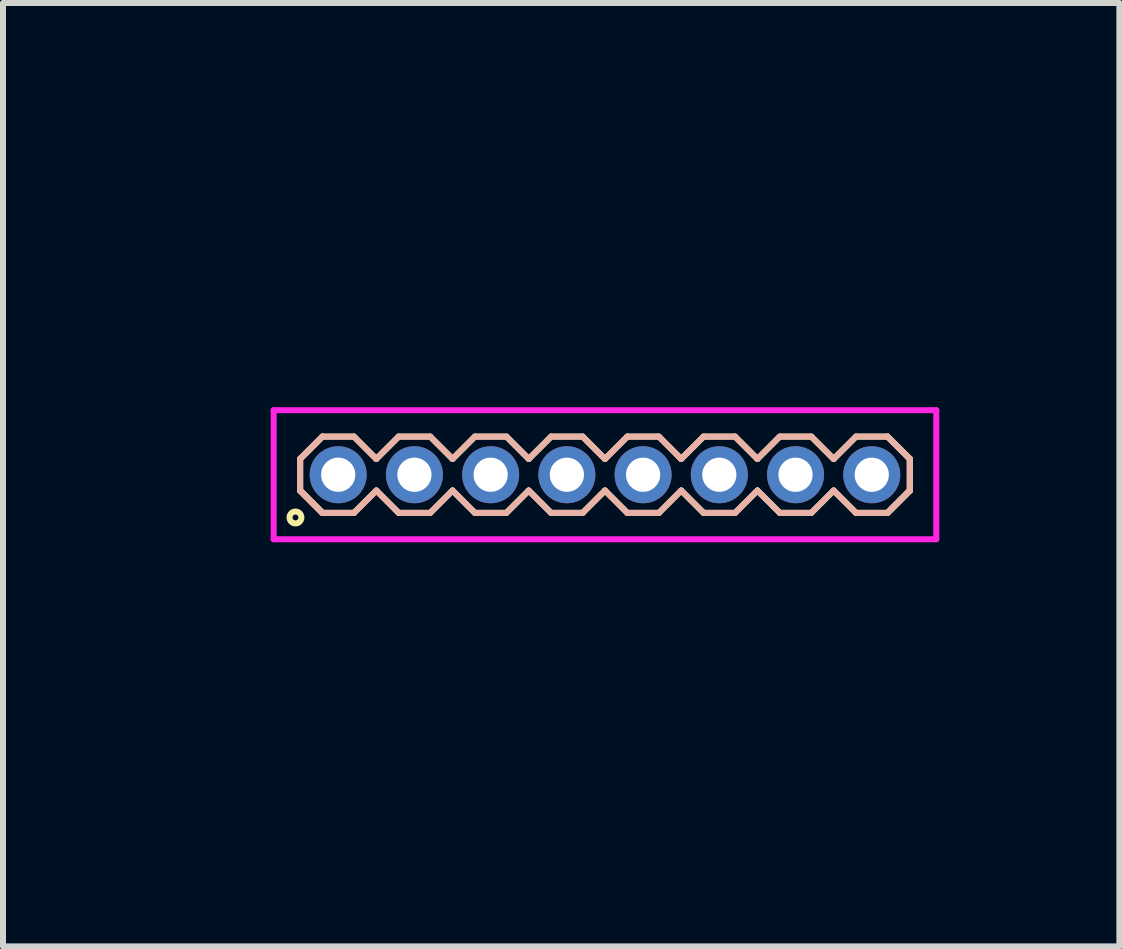
<source format=kicad_pcb>
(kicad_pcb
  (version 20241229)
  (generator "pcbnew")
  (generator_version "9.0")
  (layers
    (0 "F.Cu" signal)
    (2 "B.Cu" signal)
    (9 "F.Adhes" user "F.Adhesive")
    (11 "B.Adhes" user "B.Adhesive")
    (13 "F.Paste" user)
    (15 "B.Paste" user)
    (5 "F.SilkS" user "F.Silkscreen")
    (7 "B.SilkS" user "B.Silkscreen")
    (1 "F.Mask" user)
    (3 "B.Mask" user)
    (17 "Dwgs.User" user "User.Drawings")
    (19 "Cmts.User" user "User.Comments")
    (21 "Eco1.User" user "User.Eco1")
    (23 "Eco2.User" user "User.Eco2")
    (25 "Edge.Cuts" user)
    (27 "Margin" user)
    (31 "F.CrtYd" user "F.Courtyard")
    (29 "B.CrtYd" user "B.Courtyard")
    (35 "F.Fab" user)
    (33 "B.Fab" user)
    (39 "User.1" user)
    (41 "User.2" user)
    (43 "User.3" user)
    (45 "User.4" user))
  (footprint "HDR127P8x1"
    (layer "F.Cu")
    (at 7.03 4.86)
    (property "Reference" "HDR127P8x1" (at -6.27 0 90) (layer "User.1") (effects (font (size 1 1) (thickness 0.1))))
    (attr through_hole)
    (fp_line (start -5.08 -0.263) (end -4.708 -0.635) (stroke (width 0.1) (type solid)) (layer "F.SilkS"))
    (fp_line (start -5.08 -0.263) (end -4.708 -0.635) (stroke (width 0.1) (type solid)) (layer "F.SilkS"))
    (fp_line (start -5.08 0.263) (end -5.08 -0.263) (stroke (width 0.1) (type solid)) (layer "F.SilkS"))
    (fp_line (start -5.08 0.263) (end -5.08 -0.263) (stroke (width 0.1) (type solid)) (layer "F.SilkS"))
    (fp_line (start -4.708 -0.635) (end -4.182 -0.635) (stroke (width 0.1) (type solid)) (layer "F.SilkS"))
    (fp_line (start -4.708 0.635) (end -5.08 0.263) (stroke (width 0.1) (type solid)) (layer "F.SilkS"))
    (fp_line (start -4.708 0.635) (end -5.08 0.263) (stroke (width 0.1) (type solid)) (layer "F.SilkS"))
    (fp_line (start -4.182 -0.635) (end -3.81 -0.263) (stroke (width 0.1) (type solid)) (layer "F.SilkS"))
    (fp_line (start -4.182 0.635) (end -4.708 0.635) (stroke (width 0.1) (type solid)) (layer "F.SilkS"))
    (fp_line (start -3.81 -0.263) (end -3.438 -0.635) (stroke (width 0.1) (type solid)) (layer "F.SilkS"))
    (fp_line (start -3.81 0.263) (end -4.182 0.635) (stroke (width 0.1) (type solid)) (layer "F.SilkS"))
    (fp_line (start -3.438 -0.635) (end -2.912 -0.635) (stroke (width 0.1) (type solid)) (layer "F.SilkS"))
    (fp_line (start -3.438 0.635) (end -3.81 0.263) (stroke (width 0.1) (type solid)) (layer "F.SilkS"))
    (fp_line (start -2.912 -0.635) (end -2.54 -0.263) (stroke (width 0.1) (type solid)) (layer "F.SilkS"))
    (fp_line (start -2.912 0.635) (end -3.438 0.635) (stroke (width 0.1) (type solid)) (layer "F.SilkS"))
    (fp_line (start -2.54 -0.263) (end -2.168 -0.635) (stroke (width 0.1) (type solid)) (layer "F.SilkS"))
    (fp_line (start -2.54 0.263) (end -2.912 0.635) (stroke (width 0.1) (type solid)) (layer "F.SilkS"))
    (fp_line (start -2.168 -0.635) (end -1.642 -0.635) (stroke (width 0.1) (type solid)) (layer "F.SilkS"))
    (fp_line (start -2.168 0.635) (end -2.54 0.263) (stroke (width 0.1) (type solid)) (layer "F.SilkS"))
    (fp_line (start -1.642 -0.635) (end -1.27 -0.263) (stroke (width 0.1) (type solid)) (layer "F.SilkS"))
    (fp_line (start -1.642 0.635) (end -2.168 0.635) (stroke (width 0.1) (type solid)) (layer "F.SilkS"))
    (fp_line (start -1.27 -0.263) (end -0.898 -0.635) (stroke (width 0.1) (type solid)) (layer "F.SilkS"))
    (fp_line (start -1.27 0.263) (end -1.642 0.635) (stroke (width 0.1) (type solid)) (layer "F.SilkS"))
    (fp_line (start -0.898 -0.635) (end -0.372 -0.635) (stroke (width 0.1) (type solid)) (layer "F.SilkS"))
    (fp_line (start -0.898 0.635) (end -1.27 0.263) (stroke (width 0.1) (type solid)) (layer "F.SilkS"))
    (fp_line (start -0.372 -0.635) (end 0 -0.263) (stroke (width 0.1) (type solid)) (layer "F.SilkS"))
    (fp_line (start -0.372 0.635) (end -0.898 0.635) (stroke (width 0.1) (type solid)) (layer "F.SilkS"))
    (fp_line (start 0 -0.263) (end 0.372 -0.635) (stroke (width 0.1) (type solid)) (layer "F.SilkS"))
    (fp_line (start 0 0.263) (end -0.372 0.635) (stroke (width 0.1) (type solid)) (layer "F.SilkS"))
    (fp_line (start 0.372 -0.635) (end 0.898 -0.635) (stroke (width 0.1) (type solid)) (layer "F.SilkS"))
    (fp_line (start 0.372 0.635) (end 0 0.263) (stroke (width 0.1) (type solid)) (layer "F.SilkS"))
    (fp_line (start 0.898 -0.635) (end 1.27 -0.263) (stroke (width 0.1) (type solid)) (layer "F.SilkS"))
    (fp_line (start 0.898 0.635) (end 0.372 0.635) (stroke (width 0.1) (type solid)) (layer "F.SilkS"))
    (fp_line (start 1.27 -0.263) (end 1.642 -0.635) (stroke (width 0.1) (type solid)) (layer "F.SilkS"))
    (fp_line (start 1.27 0.263) (end 0.898 0.635) (stroke (width 0.1) (type solid)) (layer "F.SilkS"))
    (fp_line (start 1.642 -0.635) (end 2.168 -0.635) (stroke (width 0.1) (type solid)) (layer "F.SilkS"))
    (fp_line (start 1.642 0.635) (end 1.27 0.263) (stroke (width 0.1) (type solid)) (layer "F.SilkS"))
    (fp_line (start 2.168 -0.635) (end 2.54 -0.263) (stroke (width 0.1) (type solid)) (layer "F.SilkS"))
    (fp_line (start 2.168 0.635) (end 1.642 0.635) (stroke (width 0.1) (type solid)) (layer "F.SilkS"))
    (fp_line (start 2.54 -0.263) (end 2.912 -0.635) (stroke (width 0.1) (type solid)) (layer "F.SilkS"))
    (fp_line (start 2.54 0.263) (end 2.168 0.635) (stroke (width 0.1) (type solid)) (layer "F.SilkS"))
    (fp_line (start 2.912 -0.635) (end 3.438 -0.635) (stroke (width 0.1) (type solid)) (layer "F.SilkS"))
    (fp_line (start 2.912 0.635) (end 2.54 0.263) (stroke (width 0.1) (type solid)) (layer "F.SilkS"))
    (fp_line (start 3.438 -0.635) (end 3.81 -0.263) (stroke (width 0.1) (type solid)) (layer "F.SilkS"))
    (fp_line (start 3.438 0.635) (end 2.912 0.635) (stroke (width 0.1) (type solid)) (layer "F.SilkS"))
    (fp_line (start 3.81 -0.263) (end 4.182 -0.635) (stroke (width 0.1) (type solid)) (layer "F.SilkS"))
    (fp_line (start 3.81 0.263) (end 3.438 0.635) (stroke (width 0.1) (type solid)) (layer "F.SilkS"))
    (fp_line (start 4.182 -0.635) (end 4.708 -0.635) (stroke (width 0.1) (type solid)) (layer "F.SilkS"))
    (fp_line (start 4.182 0.635) (end 3.81 0.263) (stroke (width 0.1) (type solid)) (layer "F.SilkS"))
    (fp_line (start 4.708 -0.635) (end 5.08 -0.263) (stroke (width 0.1) (type solid)) (layer "F.SilkS"))
    (fp_line (start 4.708 -0.635) (end 5.08 -0.263) (stroke (width 0.1) (type solid)) (layer "F.SilkS"))
    (fp_line (start 4.708 0.635) (end 4.182 0.635) (stroke (width 0.1) (type solid)) (layer "F.SilkS"))
    (fp_line (start 5.08 -0.263) (end 5.08 0.263) (stroke (width 0.1) (type solid)) (layer "F.SilkS"))
    (fp_line (start 5.08 -0.263) (end 5.08 0.263) (stroke (width 0.1) (type solid)) (layer "F.SilkS"))
    (fp_line (start 5.08 0.263) (end 4.708 0.635) (stroke (width 0.1) (type solid)) (layer "F.SilkS"))
    (fp_line (start 5.08 0.263) (end 4.708 0.635) (stroke (width 0.1) (type solid)) (layer "F.SilkS"))
    (fp_circle (center -5.157 0.712) (end -5.058 0.712) (stroke (width 0.1) (type solid)) (fill no) (layer "F.SilkS"))
    (fp_line (start -5.08 -0.263) (end -4.708 -0.635) (stroke (width 0.1) (type solid)) (layer "B.SilkS"))
    (fp_line (start -5.08 -0.263) (end -4.708 -0.635) (stroke (width 0.1) (type solid)) (layer "B.SilkS"))
    (fp_line (start -5.08 0.263) (end -5.08 -0.263) (stroke (width 0.1) (type solid)) (layer "B.SilkS"))
    (fp_line (start -5.08 0.263) (end -5.08 -0.263) (stroke (width 0.1) (type solid)) (layer "B.SilkS"))
    (fp_line (start -4.708 -0.635) (end -4.182 -0.635) (stroke (width 0.1) (type solid)) (layer "B.SilkS"))
    (fp_line (start -4.708 0.635) (end -5.08 0.263) (stroke (width 0.1) (type solid)) (layer "B.SilkS"))
    (fp_line (start -4.708 0.635) (end -5.08 0.263) (stroke (width 0.1) (type solid)) (layer "B.SilkS"))
    (fp_line (start -4.182 -0.635) (end -3.81 -0.263) (stroke (width 0.1) (type solid)) (layer "B.SilkS"))
    (fp_line (start -4.182 0.635) (end -4.708 0.635) (stroke (width 0.1) (type solid)) (layer "B.SilkS"))
    (fp_line (start -3.81 -0.263) (end -3.438 -0.635) (stroke (width 0.1) (type solid)) (layer "B.SilkS"))
    (fp_line (start -3.81 0.263) (end -4.182 0.635) (stroke (width 0.1) (type solid)) (layer "B.SilkS"))
    (fp_line (start -3.438 -0.635) (end -2.912 -0.635) (stroke (width 0.1) (type solid)) (layer "B.SilkS"))
    (fp_line (start -3.438 0.635) (end -3.81 0.263) (stroke (width 0.1) (type solid)) (layer "B.SilkS"))
    (fp_line (start -2.912 -0.635) (end -2.54 -0.263) (stroke (width 0.1) (type solid)) (layer "B.SilkS"))
    (fp_line (start -2.912 0.635) (end -3.438 0.635) (stroke (width 0.1) (type solid)) (layer "B.SilkS"))
    (fp_line (start -2.54 -0.263) (end -2.168 -0.635) (stroke (width 0.1) (type solid)) (layer "B.SilkS"))
    (fp_line (start -2.54 0.263) (end -2.912 0.635) (stroke (width 0.1) (type solid)) (layer "B.SilkS"))
    (fp_line (start -2.168 -0.635) (end -1.642 -0.635) (stroke (width 0.1) (type solid)) (layer "B.SilkS"))
    (fp_line (start -2.168 0.635) (end -2.54 0.263) (stroke (width 0.1) (type solid)) (layer "B.SilkS"))
    (fp_line (start -1.642 -0.635) (end -1.27 -0.263) (stroke (width 0.1) (type solid)) (layer "B.SilkS"))
    (fp_line (start -1.642 0.635) (end -2.168 0.635) (stroke (width 0.1) (type solid)) (layer "B.SilkS"))
    (fp_line (start -1.27 -0.263) (end -0.898 -0.635) (stroke (width 0.1) (type solid)) (layer "B.SilkS"))
    (fp_line (start -1.27 0.263) (end -1.642 0.635) (stroke (width 0.1) (type solid)) (layer "B.SilkS"))
    (fp_line (start -0.898 -0.635) (end -0.372 -0.635) (stroke (width 0.1) (type solid)) (layer "B.SilkS"))
    (fp_line (start -0.898 0.635) (end -1.27 0.263) (stroke (width 0.1) (type solid)) (layer "B.SilkS"))
    (fp_line (start -0.372 -0.635) (end 0 -0.263) (stroke (width 0.1) (type solid)) (layer "B.SilkS"))
    (fp_line (start -0.372 0.635) (end -0.898 0.635) (stroke (width 0.1) (type solid)) (layer "B.SilkS"))
    (fp_line (start 0 -0.263) (end 0.372 -0.635) (stroke (width 0.1) (type solid)) (layer "B.SilkS"))
    (fp_line (start 0 0.263) (end -0.372 0.635) (stroke (width 0.1) (type solid)) (layer "B.SilkS"))
    (fp_line (start 0.372 -0.635) (end 0.898 -0.635) (stroke (width 0.1) (type solid)) (layer "B.SilkS"))
    (fp_line (start 0.372 0.635) (end 0 0.263) (stroke (width 0.1) (type solid)) (layer "B.SilkS"))
    (fp_line (start 0.898 -0.635) (end 1.27 -0.263) (stroke (width 0.1) (type solid)) (layer "B.SilkS"))
    (fp_line (start 0.898 0.635) (end 0.372 0.635) (stroke (width 0.1) (type solid)) (layer "B.SilkS"))
    (fp_line (start 1.27 -0.263) (end 1.642 -0.635) (stroke (width 0.1) (type solid)) (layer "B.SilkS"))
    (fp_line (start 1.27 0.263) (end 0.898 0.635) (stroke (width 0.1) (type solid)) (layer "B.SilkS"))
    (fp_line (start 1.642 -0.635) (end 2.168 -0.635) (stroke (width 0.1) (type solid)) (layer "B.SilkS"))
    (fp_line (start 1.642 0.635) (end 1.27 0.263) (stroke (width 0.1) (type solid)) (layer "B.SilkS"))
    (fp_line (start 2.168 -0.635) (end 2.54 -0.263) (stroke (width 0.1) (type solid)) (layer "B.SilkS"))
    (fp_line (start 2.168 0.635) (end 1.642 0.635) (stroke (width 0.1) (type solid)) (layer "B.SilkS"))
    (fp_line (start 2.54 -0.263) (end 2.912 -0.635) (stroke (width 0.1) (type solid)) (layer "B.SilkS"))
    (fp_line (start 2.54 0.263) (end 2.168 0.635) (stroke (width 0.1) (type solid)) (layer "B.SilkS"))
    (fp_line (start 2.912 -0.635) (end 3.438 -0.635) (stroke (width 0.1) (type solid)) (layer "B.SilkS"))
    (fp_line (start 2.912 0.635) (end 2.54 0.263) (stroke (width 0.1) (type solid)) (layer "B.SilkS"))
    (fp_line (start 3.438 -0.635) (end 3.81 -0.263) (stroke (width 0.1) (type solid)) (layer "B.SilkS"))
    (fp_line (start 3.438 0.635) (end 2.912 0.635) (stroke (width 0.1) (type solid)) (layer "B.SilkS"))
    (fp_line (start 3.81 -0.263) (end 4.182 -0.635) (stroke (width 0.1) (type solid)) (layer "B.SilkS"))
    (fp_line (start 3.81 0.263) (end 3.438 0.635) (stroke (width 0.1) (type solid)) (layer "B.SilkS"))
    (fp_line (start 4.182 -0.635) (end 4.708 -0.635) (stroke (width 0.1) (type solid)) (layer "B.SilkS"))
    (fp_line (start 4.182 0.635) (end 3.81 0.263) (stroke (width 0.1) (type solid)) (layer "B.SilkS"))
    (fp_line (start 4.708 -0.635) (end 5.08 -0.263) (stroke (width 0.1) (type solid)) (layer "B.SilkS"))
    (fp_line (start 4.708 -0.635) (end 5.08 -0.263) (stroke (width 0.1) (type solid)) (layer "B.SilkS"))
    (fp_line (start 4.708 0.635) (end 4.182 0.635) (stroke (width 0.1) (type solid)) (layer "B.SilkS"))
    (fp_line (start 5.08 -0.263) (end 5.08 0.263) (stroke (width 0.1) (type solid)) (layer "B.SilkS"))
    (fp_line (start 5.08 -0.263) (end 5.08 0.263) (stroke (width 0.1) (type solid)) (layer "B.SilkS"))
    (fp_line (start 5.08 0.263) (end 4.708 0.635) (stroke (width 0.1) (type solid)) (layer "B.SilkS"))
    (fp_line (start 5.08 0.263) (end 4.708 0.635) (stroke (width 0.1) (type solid)) (layer "B.SilkS"))
    (fp_line (start -5.52 -1.075) (end -5.52 1.075) (stroke (width 0.1) (type solid)) (layer "F.CrtYd"))
    (fp_line (start -5.52 1.075) (end 5.52 1.075) (stroke (width 0.1) (type solid)) (layer "F.CrtYd"))
    (fp_line (start 5.52 -1.075) (end -5.52 -1.075) (stroke (width 0.1) (type solid)) (layer "F.CrtYd"))
    (fp_line (start 5.52 1.075) (end 5.52 -1.075) (stroke (width 0.1) (type solid)) (layer "F.CrtYd"))
    (pad "1" thru_hole oval (at -4.445 0) (size 0.95 0.95) (drill 0.57) (layers "*.Cu" "*.Mask"))
    (pad "2" thru_hole oval (at -3.175 0) (size 0.95 0.95) (drill 0.57) (layers "*.Cu" "*.Mask"))
    (pad "3" thru_hole oval (at -1.905 0) (size 0.95 0.95) (drill 0.57) (layers "*.Cu" "*.Mask"))
    (pad "4" thru_hole oval (at -0.635 0) (size 0.95 0.95) (drill 0.57) (layers "*.Cu" "*.Mask"))
    (pad "5" thru_hole oval (at 0.635 0) (size 0.95 0.95) (drill 0.57) (layers "*.Cu" "*.Mask"))
    (pad "6" thru_hole oval (at 1.905 0) (size 0.95 0.95) (drill 0.57) (layers "*.Cu" "*.Mask"))
    (pad "7" thru_hole oval (at 3.175 0) (size 0.95 0.95) (drill 0.57) (layers "*.Cu" "*.Mask"))
    (pad "8" thru_hole oval (at 4.445 0) (size 0.95 0.95) (drill 0.57) (layers "*.Cu" "*.Mask")))
  (gr_rect
    (start -3 -3)
    (end 15.601 12.719)
    (stroke (width 0.1) (type default))
    (fill no)
    (layer "Edge.Cuts")))
</source>
